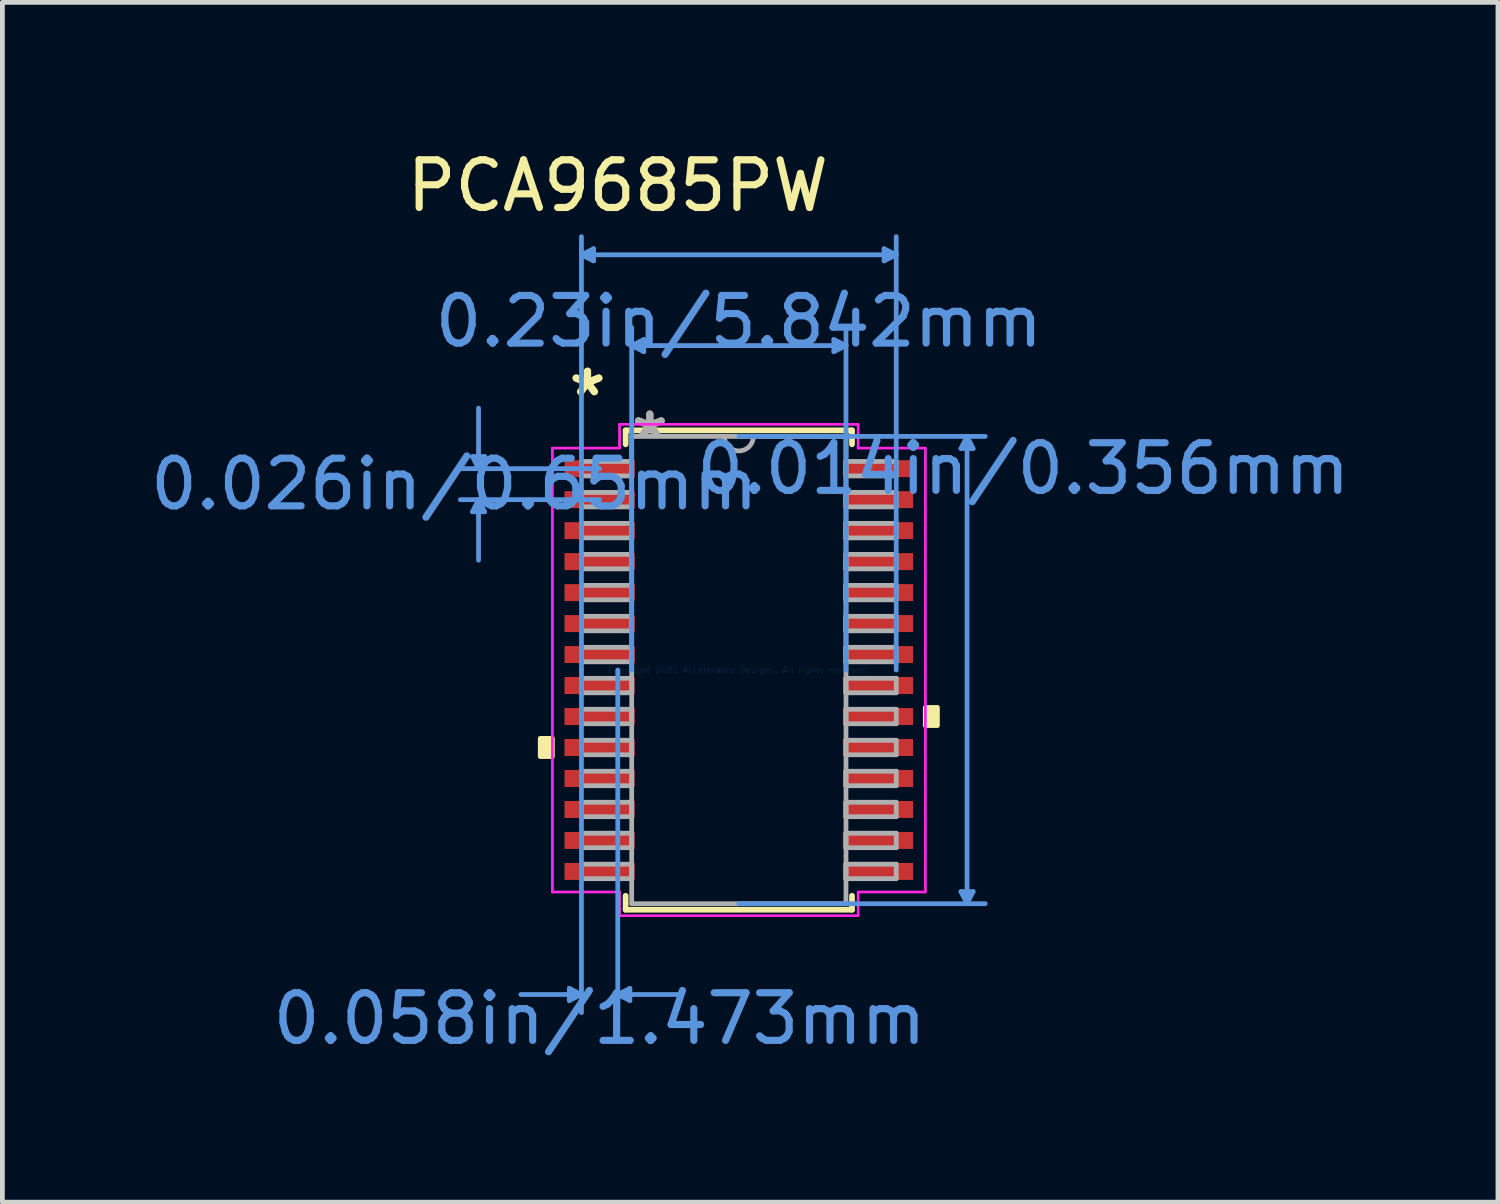
<source format=kicad_pcb>
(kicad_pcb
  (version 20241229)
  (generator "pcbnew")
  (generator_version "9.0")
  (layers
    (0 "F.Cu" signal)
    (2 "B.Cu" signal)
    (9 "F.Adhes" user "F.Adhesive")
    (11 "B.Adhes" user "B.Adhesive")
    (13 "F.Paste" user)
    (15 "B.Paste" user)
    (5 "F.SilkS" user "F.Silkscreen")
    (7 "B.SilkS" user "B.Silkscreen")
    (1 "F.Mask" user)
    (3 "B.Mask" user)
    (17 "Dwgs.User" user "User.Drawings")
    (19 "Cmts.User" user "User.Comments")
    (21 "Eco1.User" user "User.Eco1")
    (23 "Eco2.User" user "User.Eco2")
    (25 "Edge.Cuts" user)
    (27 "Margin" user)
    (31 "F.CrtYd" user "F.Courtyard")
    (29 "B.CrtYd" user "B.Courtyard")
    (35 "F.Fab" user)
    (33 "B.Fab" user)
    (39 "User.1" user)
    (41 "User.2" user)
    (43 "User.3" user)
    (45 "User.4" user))
  (footprint "PCA9685PW"
    (layer "F.Cu")
    (at 12.451 11.008)
    (property "Reference" "PCA9685PW" (at -2.54 -10.16 0) (layer "F.SilkS") (effects (font (size 1 1) (thickness 0.15))))
    (attr through_hole)
    (fp_line (start -2.375 -5.029) (end -2.375 -4.736) (stroke (width 0.12) (type solid)) (layer "F.SilkS"))
    (fp_line (start -2.375 4.736) (end -2.375 5.029) (stroke (width 0.12) (type solid)) (layer "F.SilkS"))
    (fp_line (start -2.375 5.029) (end 2.375 5.029) (stroke (width 0.12) (type solid)) (layer "F.SilkS"))
    (fp_line (start 2.375 -5.029) (end -2.375 -5.029) (stroke (width 0.12) (type solid)) (layer "F.SilkS"))
    (fp_line (start 2.375 -4.736) (end 2.375 -5.029) (stroke (width 0.12) (type solid)) (layer "F.SilkS"))
    (fp_line (start 2.375 5.029) (end 2.375 4.736) (stroke (width 0.12) (type solid)) (layer "F.SilkS"))
    (fp_poly (pts (xy -4.166 1.434) (xy -4.166 1.815) (xy -3.912 1.815) (xy -3.912 1.434)) (stroke (width 0.1) (type solid)) (fill yes) (layer "F.SilkS"))
    (fp_poly (pts (xy 4.166 0.784) (xy 4.166 1.165) (xy 3.912 1.165) (xy 3.912 0.784)) (stroke (width 0.1) (type solid)) (fill yes) (layer "F.SilkS"))
    (fp_line (start -5.588 -4.479) (end -5.334 -4.479) (stroke (width 0.1) (type solid)) (layer "Cmts.User"))
    (fp_line (start -5.588 -3.321) (end -5.334 -3.321) (stroke (width 0.1) (type solid)) (layer "Cmts.User"))
    (fp_line (start -5.461 -4.225) (end -5.588 -4.479) (stroke (width 0.1) (type solid)) (layer "Cmts.User"))
    (fp_line (start -5.461 -4.225) (end -5.461 -5.495) (stroke (width 0.1) (type solid)) (layer "Cmts.User"))
    (fp_line (start -5.461 -4.225) (end -5.334 -4.479) (stroke (width 0.1) (type solid)) (layer "Cmts.User"))
    (fp_line (start -5.461 -3.575) (end -5.588 -3.321) (stroke (width 0.1) (type solid)) (layer "Cmts.User"))
    (fp_line (start -5.461 -3.575) (end -5.461 -2.305) (stroke (width 0.1) (type solid)) (layer "Cmts.User"))
    (fp_line (start -5.461 -3.575) (end -5.334 -3.321) (stroke (width 0.1) (type solid)) (layer "Cmts.User"))
    (fp_line (start -3.556 6.68) (end -3.556 6.934) (stroke (width 0.1) (type solid)) (layer "Cmts.User"))
    (fp_line (start -3.302 -8.712) (end -3.048 -8.839) (stroke (width 0.1) (type solid)) (layer "Cmts.User"))
    (fp_line (start -3.302 -8.712) (end -3.048 -8.585) (stroke (width 0.1) (type solid)) (layer "Cmts.User"))
    (fp_line (start -3.302 -8.712) (end 3.302 -8.712) (stroke (width 0.1) (type solid)) (layer "Cmts.User"))
    (fp_line (start -3.302 0) (end -3.302 -9.093) (stroke (width 0.1) (type solid)) (layer "Cmts.User"))
    (fp_line (start -3.302 0) (end -3.302 7.188) (stroke (width 0.1) (type solid)) (layer "Cmts.User"))
    (fp_line (start -3.302 6.807) (end -4.572 6.807) (stroke (width 0.1) (type solid)) (layer "Cmts.User"))
    (fp_line (start -3.302 6.807) (end -3.556 6.68) (stroke (width 0.1) (type solid)) (layer "Cmts.User"))
    (fp_line (start -3.302 6.807) (end -3.556 6.934) (stroke (width 0.1) (type solid)) (layer "Cmts.User"))
    (fp_line (start -3.048 -8.839) (end -3.048 -8.585) (stroke (width 0.1) (type solid)) (layer "Cmts.User"))
    (fp_line (start -2.921 -4.225) (end -5.842 -4.225) (stroke (width 0.1) (type solid)) (layer "Cmts.User"))
    (fp_line (start -2.921 -3.575) (end -5.842 -3.575) (stroke (width 0.1) (type solid)) (layer "Cmts.User"))
    (fp_line (start -2.54 0) (end -2.54 7.188) (stroke (width 0.1) (type solid)) (layer "Cmts.User"))
    (fp_line (start -2.54 6.807) (end -2.286 6.68) (stroke (width 0.1) (type solid)) (layer "Cmts.User"))
    (fp_line (start -2.54 6.807) (end -2.286 6.934) (stroke (width 0.1) (type solid)) (layer "Cmts.User"))
    (fp_line (start -2.54 6.807) (end -1.27 6.807) (stroke (width 0.1) (type solid)) (layer "Cmts.User"))
    (fp_line (start -2.286 6.68) (end -2.286 6.934) (stroke (width 0.1) (type solid)) (layer "Cmts.User"))
    (fp_line (start -2.248 -6.807) (end -1.994 -6.934) (stroke (width 0.1) (type solid)) (layer "Cmts.User"))
    (fp_line (start -2.248 -6.807) (end -1.994 -6.68) (stroke (width 0.1) (type solid)) (layer "Cmts.User"))
    (fp_line (start -2.248 -6.807) (end 2.248 -6.807) (stroke (width 0.1) (type solid)) (layer "Cmts.User"))
    (fp_line (start -2.248 0) (end -2.248 -7.188) (stroke (width 0.1) (type solid)) (layer "Cmts.User"))
    (fp_line (start -1.994 -6.934) (end -1.994 -6.68) (stroke (width 0.1) (type solid)) (layer "Cmts.User"))
    (fp_line (start 0 -4.902) (end 5.169 -4.902) (stroke (width 0.1) (type solid)) (layer "Cmts.User"))
    (fp_line (start 0 4.902) (end 5.169 4.902) (stroke (width 0.1) (type solid)) (layer "Cmts.User"))
    (fp_line (start 1.994 -6.934) (end 1.994 -6.68) (stroke (width 0.1) (type solid)) (layer "Cmts.User"))
    (fp_line (start 2.248 -6.807) (end 1.994 -6.934) (stroke (width 0.1) (type solid)) (layer "Cmts.User"))
    (fp_line (start 2.248 -6.807) (end 1.994 -6.68) (stroke (width 0.1) (type solid)) (layer "Cmts.User"))
    (fp_line (start 2.248 0) (end 2.248 -7.188) (stroke (width 0.1) (type solid)) (layer "Cmts.User"))
    (fp_line (start 3.048 -8.839) (end 3.048 -8.585) (stroke (width 0.1) (type solid)) (layer "Cmts.User"))
    (fp_line (start 3.302 -8.712) (end 3.048 -8.839) (stroke (width 0.1) (type solid)) (layer "Cmts.User"))
    (fp_line (start 3.302 -8.712) (end 3.048 -8.585) (stroke (width 0.1) (type solid)) (layer "Cmts.User"))
    (fp_line (start 3.302 0) (end 3.302 -9.093) (stroke (width 0.1) (type solid)) (layer "Cmts.User"))
    (fp_line (start 4.661 -4.648) (end 4.915 -4.648) (stroke (width 0.1) (type solid)) (layer "Cmts.User"))
    (fp_line (start 4.661 4.648) (end 4.915 4.648) (stroke (width 0.1) (type solid)) (layer "Cmts.User"))
    (fp_line (start 4.788 -4.902) (end 4.661 -4.648) (stroke (width 0.1) (type solid)) (layer "Cmts.User"))
    (fp_line (start 4.788 -4.902) (end 4.788 4.902) (stroke (width 0.1) (type solid)) (layer "Cmts.User"))
    (fp_line (start 4.788 -4.902) (end 4.915 -4.648) (stroke (width 0.1) (type solid)) (layer "Cmts.User"))
    (fp_line (start 4.788 4.902) (end 4.661 4.648) (stroke (width 0.1) (type solid)) (layer "Cmts.User"))
    (fp_line (start 4.788 4.902) (end 4.915 4.648) (stroke (width 0.1) (type solid)) (layer "Cmts.User"))
    (fp_line (start -3.912 -4.657) (end -2.502 -4.657) (stroke (width 0.05) (type solid)) (layer "F.CrtYd"))
    (fp_line (start -3.912 -4.657) (end -2.502 -4.657) (stroke (width 0.05) (type solid)) (layer "F.CrtYd"))
    (fp_line (start -3.912 4.657) (end -3.912 -4.657) (stroke (width 0.05) (type solid)) (layer "F.CrtYd"))
    (fp_line (start -3.912 4.657) (end -3.912 -4.657) (stroke (width 0.05) (type solid)) (layer "F.CrtYd"))
    (fp_line (start -3.912 4.657) (end -2.502 4.657) (stroke (width 0.05) (type solid)) (layer "F.CrtYd"))
    (fp_line (start -2.502 -5.156) (end 2.502 -5.156) (stroke (width 0.05) (type solid)) (layer "F.CrtYd"))
    (fp_line (start -2.502 -5.156) (end 2.502 -5.156) (stroke (width 0.05) (type solid)) (layer "F.CrtYd"))
    (fp_line (start -2.502 -4.657) (end -2.502 -5.156) (stroke (width 0.05) (type solid)) (layer "F.CrtYd"))
    (fp_line (start -2.502 -4.657) (end -2.502 -5.156) (stroke (width 0.05) (type solid)) (layer "F.CrtYd"))
    (fp_line (start -2.502 4.657) (end -3.912 4.657) (stroke (width 0.05) (type solid)) (layer "F.CrtYd"))
    (fp_line (start -2.502 5.156) (end -2.502 4.657) (stroke (width 0.05) (type solid)) (layer "F.CrtYd"))
    (fp_line (start -2.502 5.156) (end -2.502 4.657) (stroke (width 0.05) (type solid)) (layer "F.CrtYd"))
    (fp_line (start 2.502 -5.156) (end 2.502 -4.657) (stroke (width 0.05) (type solid)) (layer "F.CrtYd"))
    (fp_line (start 2.502 -5.156) (end 2.502 -4.657) (stroke (width 0.05) (type solid)) (layer "F.CrtYd"))
    (fp_line (start 2.502 -4.657) (end 3.912 -4.657) (stroke (width 0.05) (type solid)) (layer "F.CrtYd"))
    (fp_line (start 2.502 4.657) (end 2.502 5.156) (stroke (width 0.05) (type solid)) (layer "F.CrtYd"))
    (fp_line (start 2.502 4.657) (end 2.502 5.156) (stroke (width 0.05) (type solid)) (layer "F.CrtYd"))
    (fp_line (start 2.502 5.156) (end -2.502 5.156) (stroke (width 0.05) (type solid)) (layer "F.CrtYd"))
    (fp_line (start 2.502 5.156) (end -2.502 5.156) (stroke (width 0.05) (type solid)) (layer "F.CrtYd"))
    (fp_line (start 3.912 -4.657) (end 2.502 -4.657) (stroke (width 0.05) (type solid)) (layer "F.CrtYd"))
    (fp_line (start 3.912 -4.657) (end 3.912 4.657) (stroke (width 0.05) (type solid)) (layer "F.CrtYd"))
    (fp_line (start 3.912 -4.657) (end 3.912 4.657) (stroke (width 0.05) (type solid)) (layer "F.CrtYd"))
    (fp_line (start 3.912 4.657) (end 2.502 4.657) (stroke (width 0.05) (type solid)) (layer "F.CrtYd"))
    (fp_line (start 3.912 4.657) (end 2.502 4.657) (stroke (width 0.05) (type solid)) (layer "F.CrtYd"))
    (fp_line (start -3.302 -4.377) (end -3.302 -4.073) (stroke (width 0.1) (type solid)) (layer "F.Fab"))
    (fp_line (start -3.302 -4.073) (end -2.248 -4.073) (stroke (width 0.1) (type solid)) (layer "F.Fab"))
    (fp_line (start -3.302 -3.727) (end -3.302 -3.423) (stroke (width 0.1) (type solid)) (layer "F.Fab"))
    (fp_line (start -3.302 -3.423) (end -2.248 -3.423) (stroke (width 0.1) (type solid)) (layer "F.Fab"))
    (fp_line (start -3.302 -3.077) (end -3.302 -2.773) (stroke (width 0.1) (type solid)) (layer "F.Fab"))
    (fp_line (start -3.302 -2.773) (end -2.248 -2.773) (stroke (width 0.1) (type solid)) (layer "F.Fab"))
    (fp_line (start -3.302 -2.427) (end -3.302 -2.123) (stroke (width 0.1) (type solid)) (layer "F.Fab"))
    (fp_line (start -3.302 -2.123) (end -2.248 -2.123) (stroke (width 0.1) (type solid)) (layer "F.Fab"))
    (fp_line (start -3.302 -1.777) (end -3.302 -1.473) (stroke (width 0.1) (type solid)) (layer "F.Fab"))
    (fp_line (start -3.302 -1.473) (end -2.248 -1.473) (stroke (width 0.1) (type solid)) (layer "F.Fab"))
    (fp_line (start -3.302 -1.127) (end -3.302 -0.823) (stroke (width 0.1) (type solid)) (layer "F.Fab"))
    (fp_line (start -3.302 -0.823) (end -2.248 -0.823) (stroke (width 0.1) (type solid)) (layer "F.Fab"))
    (fp_line (start -3.302 -0.477) (end -3.302 -0.173) (stroke (width 0.1) (type solid)) (layer "F.Fab"))
    (fp_line (start -3.302 -0.173) (end -2.248 -0.173) (stroke (width 0.1) (type solid)) (layer "F.Fab"))
    (fp_line (start -3.302 0.173) (end -3.302 0.477) (stroke (width 0.1) (type solid)) (layer "F.Fab"))
    (fp_line (start -3.302 0.477) (end -2.248 0.477) (stroke (width 0.1) (type solid)) (layer "F.Fab"))
    (fp_line (start -3.302 0.823) (end -3.302 1.127) (stroke (width 0.1) (type solid)) (layer "F.Fab"))
    (fp_line (start -3.302 1.127) (end -2.248 1.127) (stroke (width 0.1) (type solid)) (layer "F.Fab"))
    (fp_line (start -3.302 1.473) (end -3.302 1.777) (stroke (width 0.1) (type solid)) (layer "F.Fab"))
    (fp_line (start -3.302 1.777) (end -2.248 1.777) (stroke (width 0.1) (type solid)) (layer "F.Fab"))
    (fp_line (start -3.302 2.123) (end -3.302 2.427) (stroke (width 0.1) (type solid)) (layer "F.Fab"))
    (fp_line (start -3.302 2.427) (end -2.248 2.427) (stroke (width 0.1) (type solid)) (layer "F.Fab"))
    (fp_line (start -3.302 2.773) (end -3.302 3.077) (stroke (width 0.1) (type solid)) (layer "F.Fab"))
    (fp_line (start -3.302 3.077) (end -2.248 3.077) (stroke (width 0.1) (type solid)) (layer "F.Fab"))
    (fp_line (start -3.302 3.423) (end -3.302 3.727) (stroke (width 0.1) (type solid)) (layer "F.Fab"))
    (fp_line (start -3.302 3.727) (end -2.248 3.727) (stroke (width 0.1) (type solid)) (layer "F.Fab"))
    (fp_line (start -3.302 4.073) (end -3.302 4.377) (stroke (width 0.1) (type solid)) (layer "F.Fab"))
    (fp_line (start -3.302 4.377) (end -2.248 4.377) (stroke (width 0.1) (type solid)) (layer "F.Fab"))
    (fp_line (start -2.248 -4.902) (end -2.248 4.902) (stroke (width 0.1) (type solid)) (layer "F.Fab"))
    (fp_line (start -2.248 -4.377) (end -3.302 -4.377) (stroke (width 0.1) (type solid)) (layer "F.Fab"))
    (fp_line (start -2.248 -4.073) (end -2.248 -4.377) (stroke (width 0.1) (type solid)) (layer "F.Fab"))
    (fp_line (start -2.248 -3.727) (end -3.302 -3.727) (stroke (width 0.1) (type solid)) (layer "F.Fab"))
    (fp_line (start -2.248 -3.423) (end -2.248 -3.727) (stroke (width 0.1) (type solid)) (layer "F.Fab"))
    (fp_line (start -2.248 -3.077) (end -3.302 -3.077) (stroke (width 0.1) (type solid)) (layer "F.Fab"))
    (fp_line (start -2.248 -2.773) (end -2.248 -3.077) (stroke (width 0.1) (type solid)) (layer "F.Fab"))
    (fp_line (start -2.248 -2.427) (end -3.302 -2.427) (stroke (width 0.1) (type solid)) (layer "F.Fab"))
    (fp_line (start -2.248 -2.123) (end -2.248 -2.427) (stroke (width 0.1) (type solid)) (layer "F.Fab"))
    (fp_line (start -2.248 -1.777) (end -3.302 -1.777) (stroke (width 0.1) (type solid)) (layer "F.Fab"))
    (fp_line (start -2.248 -1.473) (end -2.248 -1.777) (stroke (width 0.1) (type solid)) (layer "F.Fab"))
    (fp_line (start -2.248 -1.127) (end -3.302 -1.127) (stroke (width 0.1) (type solid)) (layer "F.Fab"))
    (fp_line (start -2.248 -0.823) (end -2.248 -1.127) (stroke (width 0.1) (type solid)) (layer "F.Fab"))
    (fp_line (start -2.248 -0.477) (end -3.302 -0.477) (stroke (width 0.1) (type solid)) (layer "F.Fab"))
    (fp_line (start -2.248 -0.173) (end -2.248 -0.477) (stroke (width 0.1) (type solid)) (layer "F.Fab"))
    (fp_line (start -2.248 0.173) (end -3.302 0.173) (stroke (width 0.1) (type solid)) (layer "F.Fab"))
    (fp_line (start -2.248 0.477) (end -2.248 0.173) (stroke (width 0.1) (type solid)) (layer "F.Fab"))
    (fp_line (start -2.248 0.823) (end -3.302 0.823) (stroke (width 0.1) (type solid)) (layer "F.Fab"))
    (fp_line (start -2.248 1.127) (end -2.248 0.823) (stroke (width 0.1) (type solid)) (layer "F.Fab"))
    (fp_line (start -2.248 1.473) (end -3.302 1.473) (stroke (width 0.1) (type solid)) (layer "F.Fab"))
    (fp_line (start -2.248 1.777) (end -2.248 1.473) (stroke (width 0.1) (type solid)) (layer "F.Fab"))
    (fp_line (start -2.248 2.123) (end -3.302 2.123) (stroke (width 0.1) (type solid)) (layer "F.Fab"))
    (fp_line (start -2.248 2.427) (end -2.248 2.123) (stroke (width 0.1) (type solid)) (layer "F.Fab"))
    (fp_line (start -2.248 2.773) (end -3.302 2.773) (stroke (width 0.1) (type solid)) (layer "F.Fab"))
    (fp_line (start -2.248 3.077) (end -2.248 2.773) (stroke (width 0.1) (type solid)) (layer "F.Fab"))
    (fp_line (start -2.248 3.423) (end -3.302 3.423) (stroke (width 0.1) (type solid)) (layer "F.Fab"))
    (fp_line (start -2.248 3.727) (end -2.248 3.423) (stroke (width 0.1) (type solid)) (layer "F.Fab"))
    (fp_line (start -2.248 4.073) (end -3.302 4.073) (stroke (width 0.1) (type solid)) (layer "F.Fab"))
    (fp_line (start -2.248 4.377) (end -2.248 4.073) (stroke (width 0.1) (type solid)) (layer "F.Fab"))
    (fp_line (start -2.248 4.902) (end 2.248 4.902) (stroke (width 0.1) (type solid)) (layer "F.Fab"))
    (fp_line (start 2.248 -4.902) (end -2.248 -4.902) (stroke (width 0.1) (type solid)) (layer "F.Fab"))
    (fp_line (start 2.248 -4.377) (end 2.248 -4.073) (stroke (width 0.1) (type solid)) (layer "F.Fab"))
    (fp_line (start 2.248 -4.073) (end 3.302 -4.073) (stroke (width 0.1) (type solid)) (layer "F.Fab"))
    (fp_line (start 2.248 -3.727) (end 2.248 -3.423) (stroke (width 0.1) (type solid)) (layer "F.Fab"))
    (fp_line (start 2.248 -3.423) (end 3.302 -3.423) (stroke (width 0.1) (type solid)) (layer "F.Fab"))
    (fp_line (start 2.248 -3.077) (end 2.248 -2.773) (stroke (width 0.1) (type solid)) (layer "F.Fab"))
    (fp_line (start 2.248 -2.773) (end 3.302 -2.773) (stroke (width 0.1) (type solid)) (layer "F.Fab"))
    (fp_line (start 2.248 -2.427) (end 2.248 -2.123) (stroke (width 0.1) (type solid)) (layer "F.Fab"))
    (fp_line (start 2.248 -2.123) (end 3.302 -2.123) (stroke (width 0.1) (type solid)) (layer "F.Fab"))
    (fp_line (start 2.248 -1.777) (end 2.248 -1.473) (stroke (width 0.1) (type solid)) (layer "F.Fab"))
    (fp_line (start 2.248 -1.473) (end 3.302 -1.473) (stroke (width 0.1) (type solid)) (layer "F.Fab"))
    (fp_line (start 2.248 -1.127) (end 2.248 -0.823) (stroke (width 0.1) (type solid)) (layer "F.Fab"))
    (fp_line (start 2.248 -0.823) (end 3.302 -0.823) (stroke (width 0.1) (type solid)) (layer "F.Fab"))
    (fp_line (start 2.248 -0.477) (end 2.248 -0.173) (stroke (width 0.1) (type solid)) (layer "F.Fab"))
    (fp_line (start 2.248 -0.173) (end 3.302 -0.173) (stroke (width 0.1) (type solid)) (layer "F.Fab"))
    (fp_line (start 2.248 0.173) (end 2.248 0.477) (stroke (width 0.1) (type solid)) (layer "F.Fab"))
    (fp_line (start 2.248 0.477) (end 3.302 0.477) (stroke (width 0.1) (type solid)) (layer "F.Fab"))
    (fp_line (start 2.248 0.823) (end 2.248 1.127) (stroke (width 0.1) (type solid)) (layer "F.Fab"))
    (fp_line (start 2.248 1.127) (end 3.302 1.127) (stroke (width 0.1) (type solid)) (layer "F.Fab"))
    (fp_line (start 2.248 1.473) (end 2.248 1.777) (stroke (width 0.1) (type solid)) (layer "F.Fab"))
    (fp_line (start 2.248 1.777) (end 3.302 1.777) (stroke (width 0.1) (type solid)) (layer "F.Fab"))
    (fp_line (start 2.248 2.123) (end 2.248 2.427) (stroke (width 0.1) (type solid)) (layer "F.Fab"))
    (fp_line (start 2.248 2.427) (end 3.302 2.427) (stroke (width 0.1) (type solid)) (layer "F.Fab"))
    (fp_line (start 2.248 2.773) (end 2.248 3.077) (stroke (width 0.1) (type solid)) (layer "F.Fab"))
    (fp_line (start 2.248 3.077) (end 3.302 3.077) (stroke (width 0.1) (type solid)) (layer "F.Fab"))
    (fp_line (start 2.248 3.423) (end 2.248 3.727) (stroke (width 0.1) (type solid)) (layer "F.Fab"))
    (fp_line (start 2.248 3.727) (end 3.302 3.727) (stroke (width 0.1) (type solid)) (layer "F.Fab"))
    (fp_line (start 2.248 4.073) (end 2.248 4.377) (stroke (width 0.1) (type solid)) (layer "F.Fab"))
    (fp_line (start 2.248 4.377) (end 3.302 4.377) (stroke (width 0.1) (type solid)) (layer "F.Fab"))
    (fp_line (start 2.248 4.902) (end 2.248 -4.902) (stroke (width 0.1) (type solid)) (layer "F.Fab"))
    (fp_line (start 3.302 -4.377) (end 2.248 -4.377) (stroke (width 0.1) (type solid)) (layer "F.Fab"))
    (fp_line (start 3.302 -4.073) (end 3.302 -4.377) (stroke (width 0.1) (type solid)) (layer "F.Fab"))
    (fp_line (start 3.302 -3.727) (end 2.248 -3.727) (stroke (width 0.1) (type solid)) (layer "F.Fab"))
    (fp_line (start 3.302 -3.423) (end 3.302 -3.727) (stroke (width 0.1) (type solid)) (layer "F.Fab"))
    (fp_line (start 3.302 -3.077) (end 2.248 -3.077) (stroke (width 0.1) (type solid)) (layer "F.Fab"))
    (fp_line (start 3.302 -2.773) (end 3.302 -3.077) (stroke (width 0.1) (type solid)) (layer "F.Fab"))
    (fp_line (start 3.302 -2.427) (end 2.248 -2.427) (stroke (width 0.1) (type solid)) (layer "F.Fab"))
    (fp_line (start 3.302 -2.123) (end 3.302 -2.427) (stroke (width 0.1) (type solid)) (layer "F.Fab"))
    (fp_line (start 3.302 -1.777) (end 2.248 -1.777) (stroke (width 0.1) (type solid)) (layer "F.Fab"))
    (fp_line (start 3.302 -1.473) (end 3.302 -1.777) (stroke (width 0.1) (type solid)) (layer "F.Fab"))
    (fp_line (start 3.302 -1.127) (end 2.248 -1.127) (stroke (width 0.1) (type solid)) (layer "F.Fab"))
    (fp_line (start 3.302 -0.823) (end 3.302 -1.127) (stroke (width 0.1) (type solid)) (layer "F.Fab"))
    (fp_line (start 3.302 -0.477) (end 2.248 -0.477) (stroke (width 0.1) (type solid)) (layer "F.Fab"))
    (fp_line (start 3.302 -0.173) (end 3.302 -0.477) (stroke (width 0.1) (type solid)) (layer "F.Fab"))
    (fp_line (start 3.302 0.173) (end 2.248 0.173) (stroke (width 0.1) (type solid)) (layer "F.Fab"))
    (fp_line (start 3.302 0.477) (end 3.302 0.173) (stroke (width 0.1) (type solid)) (layer "F.Fab"))
    (fp_line (start 3.302 0.823) (end 2.248 0.823) (stroke (width 0.1) (type solid)) (layer "F.Fab"))
    (fp_line (start 3.302 1.127) (end 3.302 0.823) (stroke (width 0.1) (type solid)) (layer "F.Fab"))
    (fp_line (start 3.302 1.473) (end 2.248 1.473) (stroke (width 0.1) (type solid)) (layer "F.Fab"))
    (fp_line (start 3.302 1.777) (end 3.302 1.473) (stroke (width 0.1) (type solid)) (layer "F.Fab"))
    (fp_line (start 3.302 2.123) (end 2.248 2.123) (stroke (width 0.1) (type solid)) (layer "F.Fab"))
    (fp_line (start 3.302 2.427) (end 3.302 2.123) (stroke (width 0.1) (type solid)) (layer "F.Fab"))
    (fp_line (start 3.302 2.773) (end 2.248 2.773) (stroke (width 0.1) (type solid)) (layer "F.Fab"))
    (fp_line (start 3.302 3.077) (end 3.302 2.773) (stroke (width 0.1) (type solid)) (layer "F.Fab"))
    (fp_line (start 3.302 3.423) (end 2.248 3.423) (stroke (width 0.1) (type solid)) (layer "F.Fab"))
    (fp_line (start 3.302 3.727) (end 3.302 3.423) (stroke (width 0.1) (type solid)) (layer "F.Fab"))
    (fp_line (start 3.302 4.073) (end 2.248 4.073) (stroke (width 0.1) (type solid)) (layer "F.Fab"))
    (fp_line (start 3.302 4.377) (end 3.302 4.073) (stroke (width 0.1) (type solid)) (layer "F.Fab"))
    (fp_arc (start 0.3048 -4.9022) (mid 0 -4.5974) (end -0.3048 -4.9022) (stroke (width 0.1) (type solid)) (layer "F.Fab"))
    (fp_text user "*" (at -3.175 -5.724 0) (layer "F.SilkS") (effects (font (size 1 1) (thickness 0.15))))
    (fp_text user "*" (at -3.175 -5.724 0) (layer "F.SilkS") (effects (font (size 1 1) (thickness 0.15))))
    (fp_text user "0.026in/0.65mm" (at -5.969 -3.9 0) (layer "Cmts.User") (effects (font (size 1 1) (thickness 0.15))))
    (fp_text user "Copyright 2021 Accelerated Designs. All rights reserved." (at 0 0 0) (layer "Cmts.User") (effects (font (size 0.127 0.127) (thickness 0.002))))
    (fp_text user "0.014in/0.356mm" (at 5.969 -4.225 0) (layer "Cmts.User") (effects (font (size 1 1) (thickness 0.15))))
    (fp_text user "0.058in/1.473mm" (at -2.921 7.315 0) (layer "Cmts.User") (effects (font (size 1 1) (thickness 0.15))))
    (fp_text user "0.23in/5.842mm" (at 0 -7.315 0) (layer "Cmts.User") (effects (font (size 1 1) (thickness 0.15))))
    (fp_text user "*" (at -1.867 -4.826 0) (layer "F.Fab") (effects (font (size 1 1) (thickness 0.15))))
    (fp_text user "*" (at -1.867 -4.826 0) (layer "F.Fab") (effects (font (size 1 1) (thickness 0.15))))
    (pad "1" smd rect (at -2.921 -4.225) (size 1.473 0.356) (layers "F.Cu" "F.Mask" "F.Paste"))
    (pad "2" smd rect (at -2.921 -3.575) (size 1.473 0.356) (layers "F.Cu" "F.Mask" "F.Paste"))
    (pad "3" smd rect (at -2.921 -2.925) (size 1.473 0.356) (layers "F.Cu" "F.Mask" "F.Paste"))
    (pad "4" smd rect (at -2.921 -2.275) (size 1.473 0.356) (layers "F.Cu" "F.Mask" "F.Paste"))
    (pad "5" smd rect (at -2.921 -1.625) (size 1.473 0.356) (layers "F.Cu" "F.Mask" "F.Paste"))
    (pad "6" smd rect (at -2.921 -0.975) (size 1.473 0.356) (layers "F.Cu" "F.Mask" "F.Paste"))
    (pad "7" smd rect (at -2.921 -0.325) (size 1.473 0.356) (layers "F.Cu" "F.Mask" "F.Paste"))
    (pad "8" smd rect (at -2.921 0.325) (size 1.473 0.356) (layers "F.Cu" "F.Mask" "F.Paste"))
    (pad "9" smd rect (at -2.921 0.975) (size 1.473 0.356) (layers "F.Cu" "F.Mask" "F.Paste"))
    (pad "10" smd rect (at -2.921 1.625) (size 1.473 0.356) (layers "F.Cu" "F.Mask" "F.Paste"))
    (pad "11" smd rect (at -2.921 2.275) (size 1.473 0.356) (layers "F.Cu" "F.Mask" "F.Paste"))
    (pad "12" smd rect (at -2.921 2.925) (size 1.473 0.356) (layers "F.Cu" "F.Mask" "F.Paste"))
    (pad "13" smd rect (at -2.921 3.575) (size 1.473 0.356) (layers "F.Cu" "F.Mask" "F.Paste"))
    (pad "14" smd rect (at -2.921 4.225) (size 1.473 0.356) (layers "F.Cu" "F.Mask" "F.Paste"))
    (pad "15" smd rect (at 2.921 4.225) (size 1.473 0.356) (layers "F.Cu" "F.Mask" "F.Paste"))
    (pad "16" smd rect (at 2.921 3.575) (size 1.473 0.356) (layers "F.Cu" "F.Mask" "F.Paste"))
    (pad "17" smd rect (at 2.921 2.925) (size 1.473 0.356) (layers "F.Cu" "F.Mask" "F.Paste"))
    (pad "18" smd rect (at 2.921 2.275) (size 1.473 0.356) (layers "F.Cu" "F.Mask" "F.Paste"))
    (pad "19" smd rect (at 2.921 1.625) (size 1.473 0.356) (layers "F.Cu" "F.Mask" "F.Paste"))
    (pad "20" smd rect (at 2.921 0.975) (size 1.473 0.356) (layers "F.Cu" "F.Mask" "F.Paste"))
    (pad "21" smd rect (at 2.921 0.325) (size 1.473 0.356) (layers "F.Cu" "F.Mask" "F.Paste"))
    (pad "22" smd rect (at 2.921 -0.325) (size 1.473 0.356) (layers "F.Cu" "F.Mask" "F.Paste"))
    (pad "23" smd rect (at 2.921 -0.975) (size 1.473 0.356) (layers "F.Cu" "F.Mask" "F.Paste"))
    (pad "24" smd rect (at 2.921 -1.625) (size 1.473 0.356) (layers "F.Cu" "F.Mask" "F.Paste"))
    (pad "25" smd rect (at 2.921 -2.275) (size 1.473 0.356) (layers "F.Cu" "F.Mask" "F.Paste"))
    (pad "26" smd rect (at 2.921 -2.925) (size 1.473 0.356) (layers "F.Cu" "F.Mask" "F.Paste"))
    (pad "27" smd rect (at 2.921 -3.575) (size 1.473 0.356) (layers "F.Cu" "F.Mask" "F.Paste"))
    (pad "28" smd rect (at 2.921 -4.225) (size 1.473 0.356) (layers "F.Cu" "F.Mask" "F.Paste")))
  (gr_rect
    (start -3 -3)
    (end 28.378 22.172)
    (stroke (width 0.1) (type default))
    (fill no)
    (layer "Edge.Cuts")))
</source>
